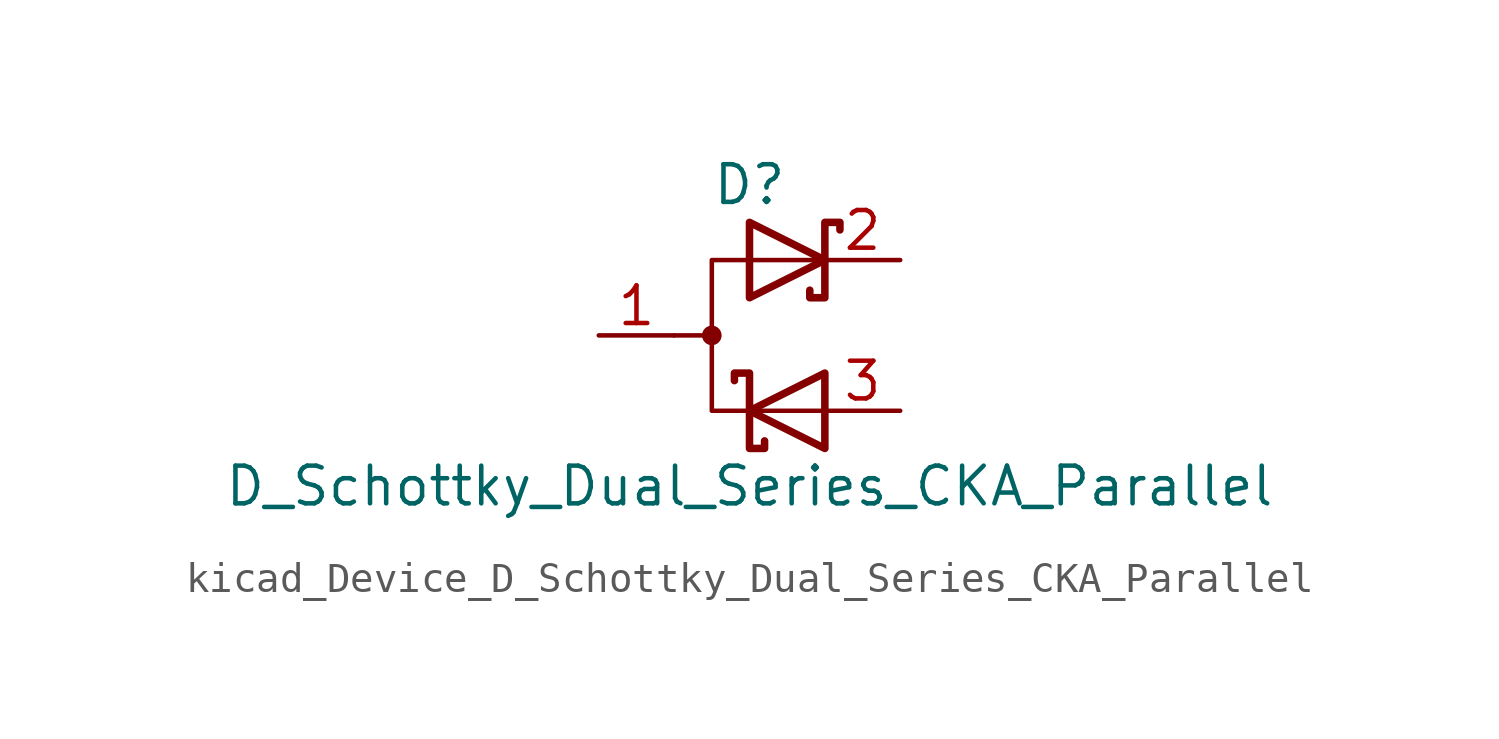
<source format=kicad_sym>
(kicad_symbol_lib
  (version 20220914)
  (generator kicad_symbol_editor)
  (symbol "kicad_Device_D_Schottky_Dual_Series_CKA_Parallel"
    (pin_names
      (offset 0.762) hide)
    (property "Reference" "D"
      (at 0 5.08 0)
      (effects (font (size 1.27 1.27))))
    (property "Value" "D_Schottky_Dual_Series_CKA_Parallel"
      (at 0 -5.08 0)
      (effects (font (size 1.27 1.27))))
    (symbol "kicad_Device_D_Schottky_Dual_Series_CKA_Parallel_0_1"
      (circle (center -1.27 0) (radius 0.254) (stroke (width 0) (type default)) (fill (type outline)))
      (polyline (pts (xy -1.27 0) (xy -2.54 0)) (stroke (width 0) (type default)) (fill (type none)))
      (polyline (pts (xy 2.54 2.54) (xy -1.27 2.54) (xy -1.27 -2.54) (xy 2.54 -2.54)) (stroke (width 0) (type default)) (fill (type none)))
      (polyline (pts (xy -0.508 -1.524) (xy -0.508 -1.27) (xy 0 -1.27) (xy 0 -3.81) (xy 0.508 -3.81) (xy 0.508 -3.556)) (stroke (width 0.254) (type default)) (fill (type none)))
      (polyline (pts (xy 0 3.81) (xy 2.54 2.54) (xy 0 1.27) (xy 0 3.81) (xy 0 3.81) (xy 0 3.81)) (stroke (width 0.254) (type default)) (fill (type none)))
      (polyline (pts (xy 2.54 -1.27) (xy 0 -2.54) (xy 2.54 -3.81) (xy 2.54 -1.27) (xy 2.54 -1.27) (xy 2.54 -1.27)) (stroke (width 0.254) (type default)) (fill (type none)))
      (polyline (pts (xy 3.048 3.556) (xy 3.048 3.81) (xy 2.54 3.81) (xy 2.54 1.27) (xy 2.032 1.27) (xy 2.032 1.524)) (stroke (width 0.254) (type default)) (fill (type none)))
      (pin passive line (at -5.08 0 0) (length 2.54) (name "A" (effects (font (size 1.27 1.27)))) (number "1" (effects (font (size 1.27 1.27)))))
      (pin passive line (at 5.08 2.54 180) (length 2.54) (name "K" (effects (font (size 1.27 1.27)))) (number "2" (effects (font (size 1.27 1.27)))))
      (pin passive line (at 5.08 -2.54 180) (length 2.54) (name "K" (effects (font (size 1.27 1.27)))) (number "3" (effects (font (size 1.27 1.27))))))))
</source>
